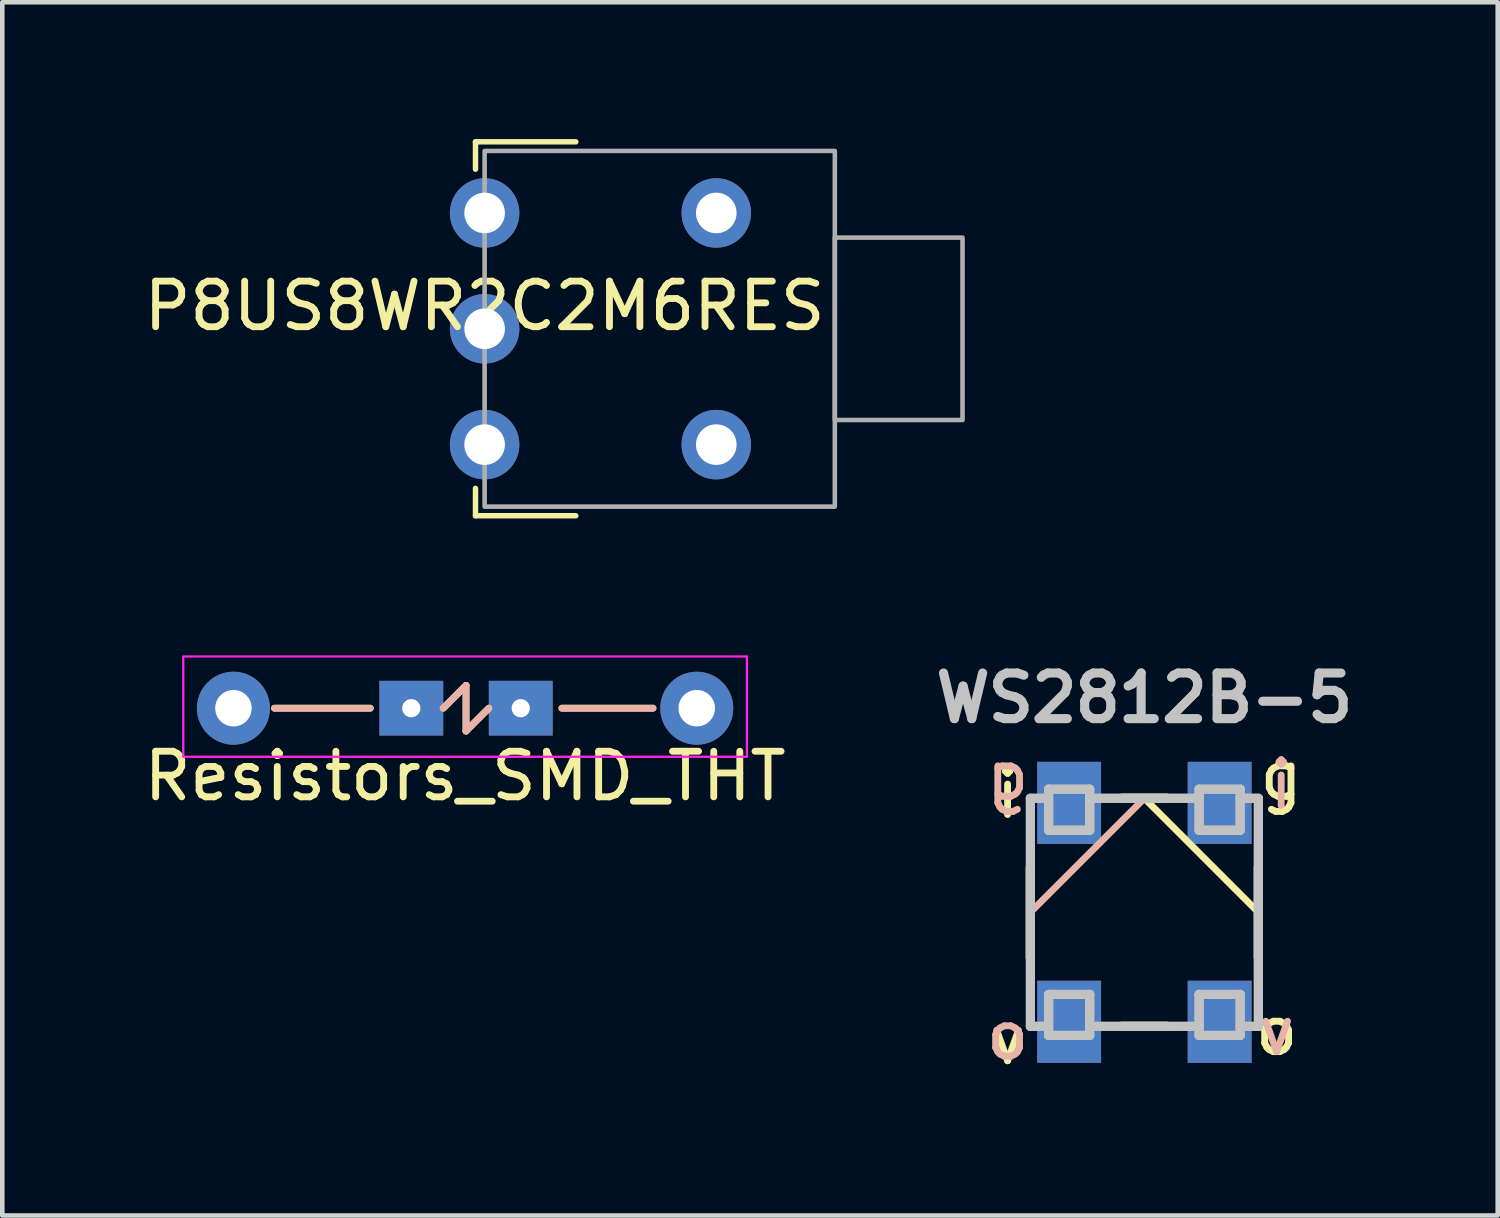
<source format=kicad_pcb>
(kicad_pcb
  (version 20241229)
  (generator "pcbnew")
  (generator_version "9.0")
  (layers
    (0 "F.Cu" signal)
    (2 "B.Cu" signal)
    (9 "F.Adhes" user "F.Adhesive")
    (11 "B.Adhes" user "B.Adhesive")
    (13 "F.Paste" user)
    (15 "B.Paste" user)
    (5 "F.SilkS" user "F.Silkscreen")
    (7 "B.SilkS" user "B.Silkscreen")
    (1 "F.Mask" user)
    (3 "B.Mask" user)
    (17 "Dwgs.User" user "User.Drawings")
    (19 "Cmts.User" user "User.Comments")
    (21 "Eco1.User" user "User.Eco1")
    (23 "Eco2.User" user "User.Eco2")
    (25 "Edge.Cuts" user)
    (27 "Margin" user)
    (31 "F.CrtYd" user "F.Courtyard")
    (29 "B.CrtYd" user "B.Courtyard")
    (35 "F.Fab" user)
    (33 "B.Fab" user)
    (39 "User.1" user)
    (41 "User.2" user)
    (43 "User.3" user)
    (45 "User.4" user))
  (footprint "P8US8WR2C2M6RES"
    (layer "F.Cu")
    (at 7.577 4.16)
    (property "Reference" "P8US8WR2C2M6RES" (at 0 -0.5 0) (unlocked yes) (layer "F.SilkS") (effects (font (size 1 1) (thickness 0.15))))
    (fp_line (start -0.2 -4.1) (end 2 -4.1) (stroke (width 0.12) (type solid)) (layer "F.SilkS"))
    (fp_line (start -0.2 -3.5) (end -0.2 -4.1) (stroke (width 0.12) (type solid)) (layer "F.SilkS"))
    (fp_line (start -0.2 3.5) (end -0.2 4.1) (stroke (width 0.12) (type solid)) (layer "F.SilkS"))
    (fp_line (start -0.2 4.1) (end 2 4.1) (stroke (width 0.12) (type solid)) (layer "F.SilkS"))
    (fp_rect (start 0 -3.9) (end 7.68 3.9) (stroke (width 0.1) (type solid)) (fill no) (layer "F.Fab"))
    (fp_rect (start 7.68 2) (end 10.48 -2) (stroke (width 0.1) (type solid)) (fill no) (layer "F.Fab"))
    (pad "" thru_hole circle (at 5.08 -2.54) (size 1.524 1.524) (drill 0.89) (layers "*.Cu" "*.Mask"))
    (pad "" thru_hole circle (at 5.08 2.54) (size 1.524 1.524) (drill 0.89) (layers "*.Cu" "*.Mask"))
    (pad "4" thru_hole circle (at 0 -2.54) (size 1.524 1.524) (drill 0.89) (layers "*.Cu" "*.Mask"))
    (pad "5" thru_hole circle (at 0 0) (size 1.524 1.524) (drill 0.89) (layers "*.Cu" "*.Mask"))
    (pad "6" thru_hole circle (at 0 2.54) (size 1.524 1.524) (drill 0.89) (layers "*.Cu" "*.Mask")))
  (footprint "WS2812B-5"
    (layer "F.Cu")
    (at 22.045 16.956)
    (property "Reference" "WS2812B-5" (at 0 -4.7 180) (layer "Dwgs.User") (effects (font (size 1 1) (thickness 0.2))))
    (attr through_hole)
    (fp_line (start -2.5 -1) (end -2.5 1) (stroke (width 0.2) (type solid)) (layer "F.SilkS"))
    (fp_line (start -2.5 -1) (end -2.5 1) (stroke (width 0.2) (type solid)) (layer "F.SilkS"))
    (fp_line (start -0.5 -2.5) (end 0.5 -2.5) (stroke (width 0.2) (type solid)) (layer "F.SilkS"))
    (fp_line (start -0.5 2.5) (end 0.5 2.5) (stroke (width 0.2) (type solid)) (layer "F.SilkS"))
    (fp_line (start 0 -2.5) (end 2.5 0) (stroke (width 0.15) (type solid)) (layer "F.SilkS"))
    (fp_line (start 0.5 -2.5) (end -0.5 -2.5) (stroke (width 0.2) (type solid)) (layer "F.SilkS"))
    (fp_line (start 0.5 2.5) (end -0.5 2.5) (stroke (width 0.2) (type solid)) (layer "F.SilkS"))
    (fp_line (start 2.5 -1) (end 2.5 1) (stroke (width 0.2) (type solid)) (layer "F.SilkS"))
    (fp_line (start 2.5 -1) (end 2.5 1) (stroke (width 0.2) (type solid)) (layer "F.SilkS"))
    (fp_line (start -2.5 -1) (end -2.5 1) (stroke (width 0.15) (type solid)) (layer "B.SilkS"))
    (fp_line (start -0.5 -2.5) (end 0.5 -2.5) (stroke (width 0.15) (type solid)) (layer "B.SilkS"))
    (fp_line (start -0.5 2.5) (end 0.5 2.5) (stroke (width 0.15) (type solid)) (layer "B.SilkS"))
    (fp_line (start 0 -2.5) (end -2.5 0) (stroke (width 0.15) (type solid)) (layer "B.SilkS"))
    (fp_line (start 2.5 -1) (end 2.5 1) (stroke (width 0.15) (type solid)) (layer "B.SilkS"))
    (fp_line (start -2.5 -2.5) (end -2.5 2.5) (stroke (width 0.2) (type solid)) (layer "Dwgs.User"))
    (fp_line (start -2.5 -2.5) (end -2.1 -2.5) (stroke (width 0.2) (type solid)) (layer "Dwgs.User"))
    (fp_line (start -2.5 2.5) (end -2.1 2.5) (stroke (width 0.2) (type solid)) (layer "Dwgs.User"))
    (fp_line (start -2.499 2.499) (end -2.499 -2.499) (stroke (width 0.2) (type solid)) (layer "Dwgs.User"))
    (fp_line (start -2.1 -2.7) (end -1.2 -2.7) (stroke (width 0.2) (type solid)) (layer "Dwgs.User"))
    (fp_line (start -2.1 -2.7) (end -1.2 -2.7) (stroke (width 0.2) (type solid)) (layer "Dwgs.User"))
    (fp_line (start -2.1 -2.5) (end -2.5 -2.5) (stroke (width 0.2) (type solid)) (layer "Dwgs.User"))
    (fp_line (start -2.1 -1.8) (end -2.1 -2.7) (stroke (width 0.2) (type solid)) (layer "Dwgs.User"))
    (fp_line (start -2.1 -1.8) (end -2.1 -2.7) (stroke (width 0.2) (type solid)) (layer "Dwgs.User"))
    (fp_line (start -2.1 1.8) (end -2.1 2.7) (stroke (width 0.2) (type solid)) (layer "Dwgs.User"))
    (fp_line (start -2.1 1.8) (end -1.2 1.8) (stroke (width 0.2) (type solid)) (layer "Dwgs.User"))
    (fp_line (start -2.1 2.5) (end -2.5 2.5) (stroke (width 0.2) (type solid)) (layer "Dwgs.User"))
    (fp_line (start -2.1 2.7) (end -2.1 1.8) (stroke (width 0.2) (type solid)) (layer "Dwgs.User"))
    (fp_line (start -2.1 2.7) (end -1.2 2.7) (stroke (width 0.2) (type solid)) (layer "Dwgs.User"))
    (fp_line (start -1.2 -2.7) (end -1.2 -1.8) (stroke (width 0.2) (type solid)) (layer "Dwgs.User"))
    (fp_line (start -1.2 -2.7) (end -1.2 -1.8) (stroke (width 0.2) (type solid)) (layer "Dwgs.User"))
    (fp_line (start -1.2 -2.5) (end 1.2 -2.5) (stroke (width 0.2) (type solid)) (layer "Dwgs.User"))
    (fp_line (start -1.2 -1.8) (end -2.1 -1.8) (stroke (width 0.2) (type solid)) (layer "Dwgs.User"))
    (fp_line (start -1.2 -1.8) (end -2.1 -1.8) (stroke (width 0.2) (type solid)) (layer "Dwgs.User"))
    (fp_line (start -1.2 1.8) (end -2.1 1.8) (stroke (width 0.2) (type solid)) (layer "Dwgs.User"))
    (fp_line (start -1.2 1.8) (end -1.2 2.7) (stroke (width 0.2) (type solid)) (layer "Dwgs.User"))
    (fp_line (start -1.2 2.5) (end 1.2 2.5) (stroke (width 0.2) (type solid)) (layer "Dwgs.User"))
    (fp_line (start -1.2 2.7) (end -2.1 2.7) (stroke (width 0.2) (type solid)) (layer "Dwgs.User"))
    (fp_line (start -1.2 2.7) (end -1.2 1.8) (stroke (width 0.2) (type solid)) (layer "Dwgs.User"))
    (fp_line (start 1.2 -2.7) (end 1.2 -1.8) (stroke (width 0.2) (type solid)) (layer "Dwgs.User"))
    (fp_line (start 1.2 -2.7) (end 1.2 -1.8) (stroke (width 0.2) (type solid)) (layer "Dwgs.User"))
    (fp_line (start 1.2 -2.5) (end -1.2 -2.5) (stroke (width 0.2) (type solid)) (layer "Dwgs.User"))
    (fp_line (start 1.2 -1.8) (end 2.1 -1.8) (stroke (width 0.2) (type solid)) (layer "Dwgs.User"))
    (fp_line (start 1.2 -1.8) (end 2.1 -1.8) (stroke (width 0.2) (type solid)) (layer "Dwgs.User"))
    (fp_line (start 1.2 1.8) (end 1.2 2.7) (stroke (width 0.2) (type solid)) (layer "Dwgs.User"))
    (fp_line (start 1.2 1.8) (end 2.1 1.8) (stroke (width 0.2) (type solid)) (layer "Dwgs.User"))
    (fp_line (start 1.2 2.5) (end -1.2 2.5) (stroke (width 0.2) (type solid)) (layer "Dwgs.User"))
    (fp_line (start 1.2 2.7) (end 1.2 1.8) (stroke (width 0.2) (type solid)) (layer "Dwgs.User"))
    (fp_line (start 1.2 2.7) (end 2.1 2.7) (stroke (width 0.2) (type solid)) (layer "Dwgs.User"))
    (fp_line (start 2.1 -2.7) (end 1.2 -2.7) (stroke (width 0.2) (type solid)) (layer "Dwgs.User"))
    (fp_line (start 2.1 -2.7) (end 1.2 -2.7) (stroke (width 0.2) (type solid)) (layer "Dwgs.User"))
    (fp_line (start 2.1 -2.5) (end 2.5 -2.5) (stroke (width 0.2) (type solid)) (layer "Dwgs.User"))
    (fp_line (start 2.1 -1.8) (end 2.1 -2.7) (stroke (width 0.2) (type solid)) (layer "Dwgs.User"))
    (fp_line (start 2.1 -1.8) (end 2.1 -2.7) (stroke (width 0.2) (type solid)) (layer "Dwgs.User"))
    (fp_line (start 2.1 1.8) (end 1.2 1.8) (stroke (width 0.2) (type solid)) (layer "Dwgs.User"))
    (fp_line (start 2.1 1.8) (end 2.1 2.7) (stroke (width 0.2) (type solid)) (layer "Dwgs.User"))
    (fp_line (start 2.1 2.5) (end 2.5 2.5) (stroke (width 0.2) (type solid)) (layer "Dwgs.User"))
    (fp_line (start 2.1 2.7) (end 1.2 2.7) (stroke (width 0.2) (type solid)) (layer "Dwgs.User"))
    (fp_line (start 2.1 2.7) (end 2.1 1.8) (stroke (width 0.2) (type solid)) (layer "Dwgs.User"))
    (fp_line (start 2.499 2.499) (end 2.499 -2.499) (stroke (width 0.2) (type solid)) (layer "Dwgs.User"))
    (fp_line (start 2.5 -2.5) (end 2.1 -2.5) (stroke (width 0.2) (type solid)) (layer "Dwgs.User"))
    (fp_line (start 2.5 -2.5) (end 2.5 2.5) (stroke (width 0.2) (type solid)) (layer "Dwgs.User"))
    (fp_line (start 2.5 2.5) (end 2.1 2.5) (stroke (width 0.2) (type solid)) (layer "Dwgs.User"))
    (fp_text user "o" (at 2.9 2.6 180) (layer "F.SilkS") (effects (font (size 1 1) (thickness 0.15))))
    (fp_text user "v" (at -3 2.8 180) (layer "F.SilkS") (effects (font (size 1 1) (thickness 0.15))))
    (fp_text user "g" (at 3 -3 180) (layer "F.SilkS") (effects (font (size 1 1) (thickness 0.15))))
    (fp_text user "i" (at -3 -2.6 180) (layer "F.SilkS") (effects (font (size 1 1) (thickness 0.15))))
    (fp_text user "v" (at 2.9 2.6 180) (layer "B.SilkS") (effects (font (size 1 1) (thickness 0.15)) (justify mirror)))
    (fp_text user "i" (at 3 -2.8 180) (layer "B.SilkS") (effects (font (size 1 1) (thickness 0.15)) (justify mirror)))
    (fp_text user "o" (at -3 2.7 180) (layer "B.SilkS") (effects (font (size 1 1) (thickness 0.15)) (justify mirror)))
    (fp_text user "g" (at -3 -3 180) (layer "B.SilkS") (effects (font (size 1 1) (thickness 0.15)) (justify mirror)))
    (pad "1" smd rect (at -1.65 -2.4) (size 1.4 1.8) (layers "B.Cu" "B.Mask" "B.Paste"))
    (pad "1" smd rect (at 1.65 -2.4) (size 1.4 1.8) (layers "F.Cu" "F.Mask" "F.Paste"))
    (pad "2" smd rect (at -1.65 -2.4) (size 1.4 1.8) (layers "F.Cu" "F.Mask" "F.Paste"))
    (pad "2" smd rect (at 1.65 -2.4) (size 1.4 1.8) (layers "B.Cu" "B.Mask" "B.Paste"))
    (pad "3" smd rect (at -1.65 2.4) (size 1.4 1.8) (layers "F.Cu" "F.Mask" "F.Paste"))
    (pad "3" smd rect (at 1.65 2.4) (size 1.4 1.8) (layers "B.Cu" "B.Mask" "B.Paste"))
    (pad "4" smd rect (at -1.65 2.4) (size 1.4 1.8) (layers "B.Cu" "B.Mask" "B.Paste"))
    (pad "4" smd rect (at 1.65 2.4) (size 1.4 1.8) (layers "F.Cu" "F.Mask" "F.Paste")))
  (footprint "Resistors_SMD_THT"
    (layer "F.Cu")
    (at 2.069 12.445)
    (property "Reference" "Resistors_SMD_THT" (at 5.08 1.524 0) (unlocked yes) (layer "F.SilkS") (effects (font (size 1 1) (thickness 0.15))))
    (fp_line (start 0.9 0.035) (end 3 0.035) (stroke (width 0.15) (type solid)) (layer "F.SilkS"))
    (fp_line (start 4.6 0.035) (end 5.1 -0.465) (stroke (width 0.15) (type solid)) (layer "F.SilkS"))
    (fp_line (start 5.1 -0.465) (end 5.1 0.535) (stroke (width 0.15) (type solid)) (layer "F.SilkS"))
    (fp_line (start 5.1 0.535) (end 5.6 0.035) (stroke (width 0.15) (type solid)) (layer "F.SilkS"))
    (fp_line (start 7.2 0.035) (end 9.2 0.035) (stroke (width 0.15) (type solid)) (layer "F.SilkS"))
    (fp_line (start 0.9 0.035) (end 3 0.035) (stroke (width 0.15) (type solid)) (layer "B.SilkS"))
    (fp_line (start 4.6 0.035) (end 5.1 -0.465) (stroke (width 0.15) (type solid)) (layer "B.SilkS"))
    (fp_line (start 5.1 -0.465) (end 5.1 0.535) (stroke (width 0.15) (type solid)) (layer "B.SilkS"))
    (fp_line (start 5.1 0.535) (end 5.6 0.035) (stroke (width 0.15) (type solid)) (layer "B.SilkS"))
    (fp_line (start 7.21 0.035) (end 9.2 0.035) (stroke (width 0.15) (type solid)) (layer "B.SilkS"))
    (fp_rect (start -1.1 -1.1) (end 11.26 1.1) (stroke (width 0.05) (type solid)) (fill no) (layer "F.CrtYd"))
    (fp_rect (start 8.128 -0.762) (end 8.128 -0.762) (stroke (width 0.12) (type solid)) (fill no) (layer "F.CrtYd"))
    (pad "1" thru_hole circle (at 0 0.035) (size 1.6 1.6) (drill 0.8) (layers "*.Cu" "*.Mask"))
    (pad "1" thru_hole rect (at 3.9 0.035) (size 1.4 1.2) (drill 0.4) (layers "*.Cu" "*.Mask"))
    (pad "2" thru_hole rect (at 6.3 0.035) (size 1.4 1.2) (drill 0.4) (layers "*.Cu" "*.Mask"))
    (pad "2" thru_hole oval (at 10.16 0.035) (size 1.6 1.6) (drill 0.8) (layers "*.Cu" "*.Mask")))
  (gr_rect
    (start -3 -3)
    (end 29.793 23.604)
    (stroke (width 0.1) (type default))
    (fill no)
    (layer "Edge.Cuts")))
</source>
